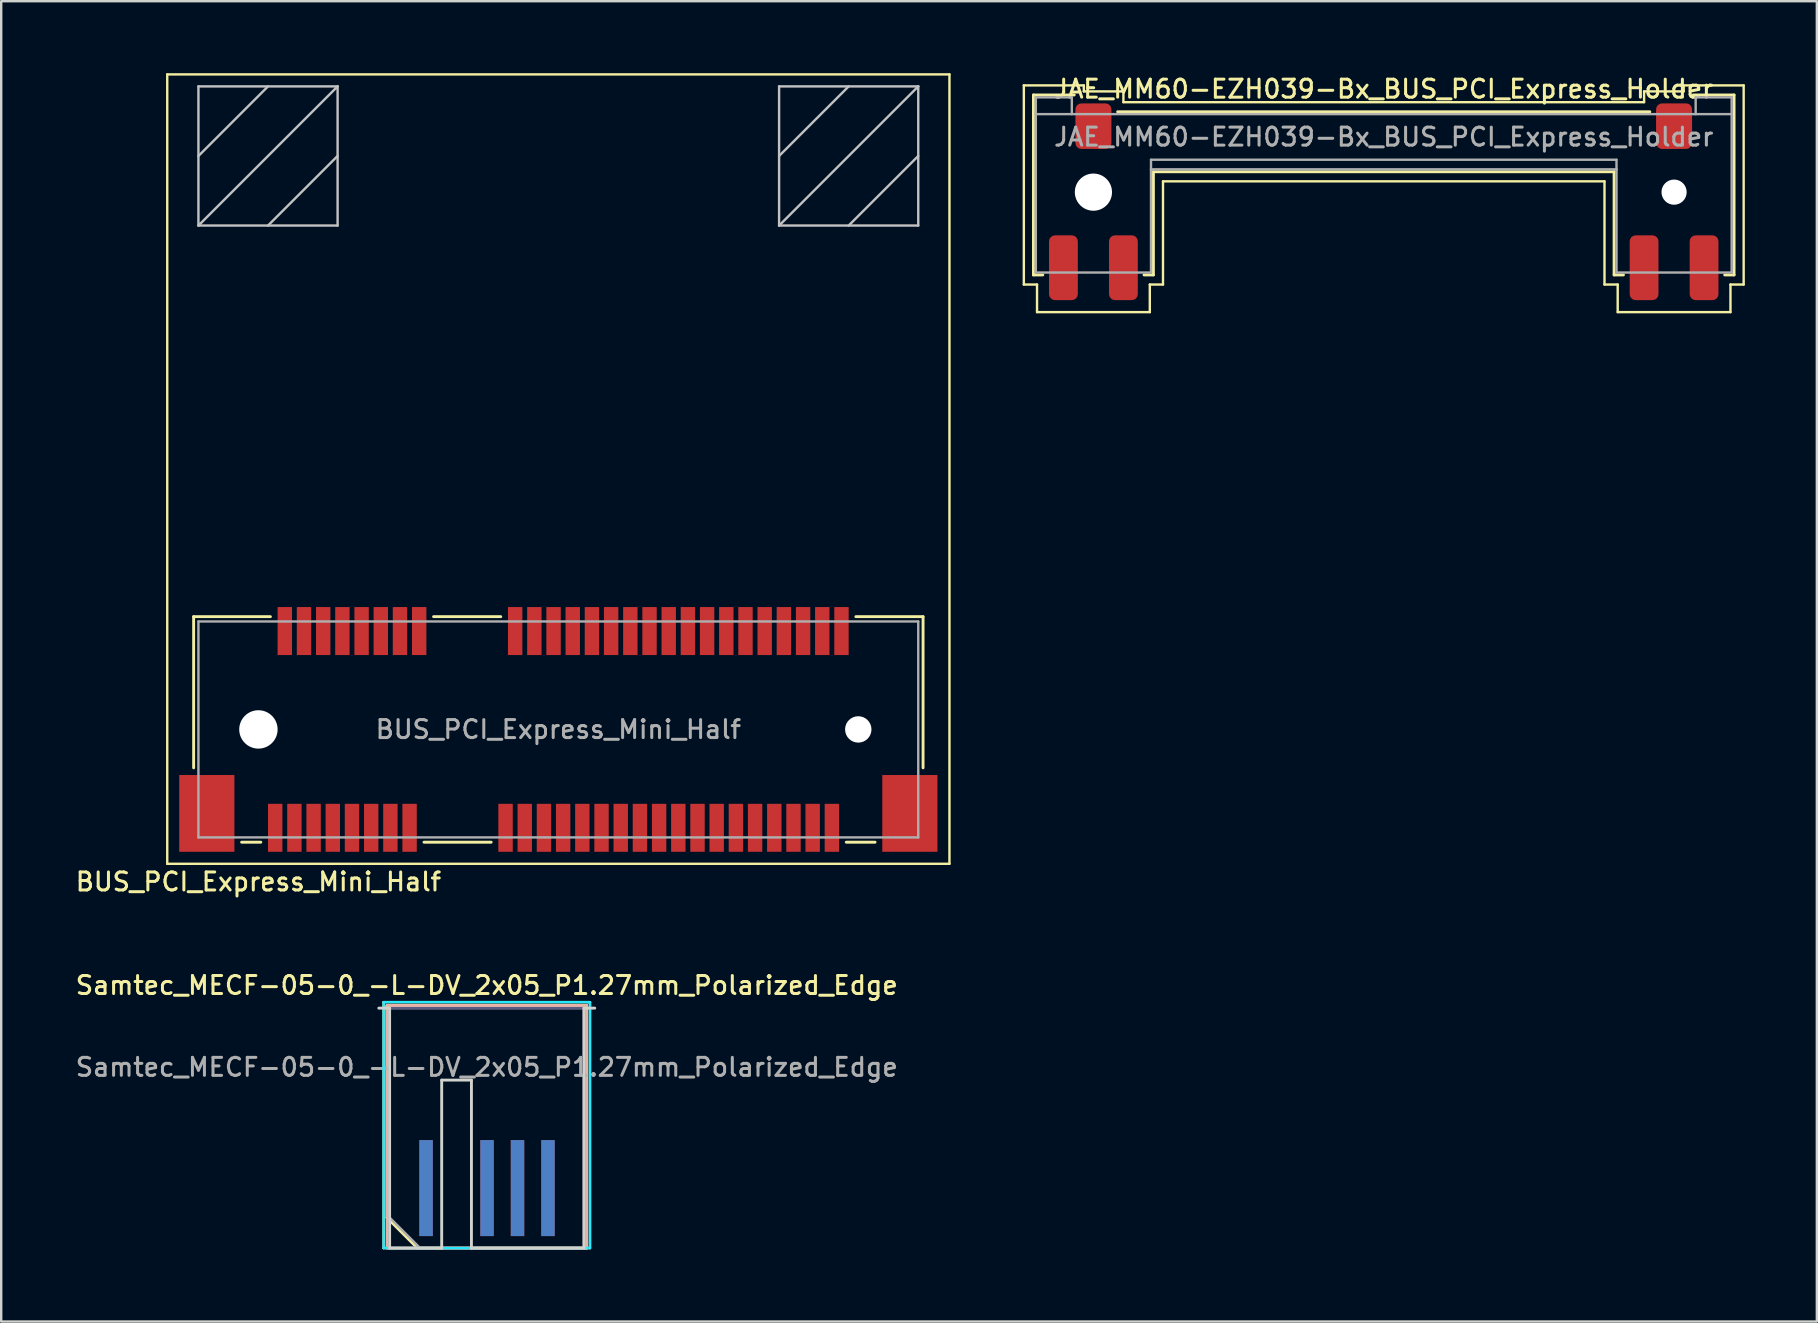
<source format=kicad_pcb>
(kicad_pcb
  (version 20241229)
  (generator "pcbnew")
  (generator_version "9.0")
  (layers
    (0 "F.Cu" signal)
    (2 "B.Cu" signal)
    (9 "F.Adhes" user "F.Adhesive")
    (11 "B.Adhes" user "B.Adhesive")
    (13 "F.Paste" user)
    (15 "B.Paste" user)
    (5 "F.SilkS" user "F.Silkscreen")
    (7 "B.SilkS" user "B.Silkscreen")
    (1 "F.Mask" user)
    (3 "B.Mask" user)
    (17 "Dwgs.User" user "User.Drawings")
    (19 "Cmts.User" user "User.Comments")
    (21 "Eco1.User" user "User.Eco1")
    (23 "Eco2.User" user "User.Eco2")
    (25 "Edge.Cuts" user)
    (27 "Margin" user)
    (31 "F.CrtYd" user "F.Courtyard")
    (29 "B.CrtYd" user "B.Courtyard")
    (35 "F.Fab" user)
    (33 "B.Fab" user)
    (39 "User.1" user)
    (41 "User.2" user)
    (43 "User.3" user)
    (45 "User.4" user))
  (footprint "BUS_PCI_Express_Mini_Half"
    (layer "F.Cu")
    (at 20.22 27.35)
    (property "Reference" "BUS_PCI_Express_Mini_Half" (at -12.5 6.35 180) (layer "F.SilkS") (effects (font (size 0.75 0.75) (thickness 0.125))))
    (attr smd)
    (fp_line (start -16.3 -27.3) (end 16.3 -27.3) (stroke (width 0.1) (type solid)) (layer "F.SilkS"))
    (fp_line (start -16.3 5.6) (end -16.3 -27.3) (stroke (width 0.1) (type solid)) (layer "F.SilkS"))
    (fp_line (start -15.2 -4.7) (end -15.2 1.6) (stroke (width 0.12) (type solid)) (layer "F.SilkS"))
    (fp_line (start -13.2 4.7) (end -12.4 4.7) (stroke (width 0.12) (type solid)) (layer "F.SilkS"))
    (fp_line (start -12 -4.7) (end -15.2 -4.7) (stroke (width 0.12) (type solid)) (layer "F.SilkS"))
    (fp_line (start -5.6 4.7) (end -2.8 4.7) (stroke (width 0.12) (type solid)) (layer "F.SilkS"))
    (fp_line (start -2.4 -4.7) (end -5.2 -4.7) (stroke (width 0.12) (type solid)) (layer "F.SilkS"))
    (fp_line (start 12 4.7) (end 13.2 4.7) (stroke (width 0.12) (type solid)) (layer "F.SilkS"))
    (fp_line (start 15.2 -4.7) (end 12.4 -4.7) (stroke (width 0.12) (type solid)) (layer "F.SilkS"))
    (fp_line (start 15.2 1.6) (end 15.2 -4.7) (stroke (width 0.12) (type solid)) (layer "F.SilkS"))
    (fp_line (start 16.3 -27.3) (end 16.3 5.6) (stroke (width 0.1) (type solid)) (layer "F.SilkS"))
    (fp_line (start 16.3 5.6) (end -16.3 5.6) (stroke (width 0.1) (type solid)) (layer "F.SilkS"))
    (fp_line (start -15 -26.8) (end -15 -21) (stroke (width 0.1) (type solid)) (layer "Dwgs.User"))
    (fp_line (start -15 -21) (end -9.2 -26.8) (stroke (width 0.1) (type solid)) (layer "Dwgs.User"))
    (fp_line (start -15 -21) (end -9.2 -21) (stroke (width 0.1) (type solid)) (layer "Dwgs.User"))
    (fp_line (start -12.1 -26.8) (end -15 -23.9) (stroke (width 0.1) (type solid)) (layer "Dwgs.User"))
    (fp_line (start -9.2 -26.8) (end -15 -26.8) (stroke (width 0.1) (type solid)) (layer "Dwgs.User"))
    (fp_line (start -9.2 -23.9) (end -12.1 -21) (stroke (width 0.1) (type solid)) (layer "Dwgs.User"))
    (fp_line (start -9.2 -21) (end -9.2 -26.8) (stroke (width 0.1) (type solid)) (layer "Dwgs.User"))
    (fp_line (start 9.2 -26.8) (end 15 -26.8) (stroke (width 0.1) (type solid)) (layer "Dwgs.User"))
    (fp_line (start 9.2 -21) (end 9.2 -26.8) (stroke (width 0.1) (type solid)) (layer "Dwgs.User"))
    (fp_line (start 12.1 -26.8) (end 9.2 -23.9) (stroke (width 0.1) (type solid)) (layer "Dwgs.User"))
    (fp_line (start 15 -26.8) (end 9.2 -21) (stroke (width 0.1) (type solid)) (layer "Dwgs.User"))
    (fp_line (start 15 -26.8) (end 15 -21) (stroke (width 0.1) (type solid)) (layer "Dwgs.User"))
    (fp_line (start 15 -23.9) (end 12.1 -21) (stroke (width 0.1) (type solid)) (layer "Dwgs.User"))
    (fp_line (start 15 -21) (end 9.2 -21) (stroke (width 0.1) (type solid)) (layer "Dwgs.User"))
    (fp_line (start -15 -4.5) (end -15 4.5) (stroke (width 0.1) (type solid)) (layer "F.Fab"))
    (fp_line (start -15 4.5) (end 15 4.5) (stroke (width 0.1) (type solid)) (layer "F.Fab"))
    (fp_line (start 15 -4.5) (end -15 -4.5) (stroke (width 0.1) (type solid)) (layer "F.Fab"))
    (fp_line (start 15 4.5) (end 15 -4.5) (stroke (width 0.1) (type solid)) (layer "F.Fab"))
    (fp_text user "${REFERENCE}" (at 0 0 0) (layer "F.Fab") (effects (font (size 0.75 0.75) (thickness 0.125))))
    (pad "" np_thru_hole circle (at -12.5 0) (size 1.6 1.6) (drill 1.6) (layers "*.Cu" "*.Mask"))
    (pad "" np_thru_hole circle (at 12.5 0) (size 1.1 1.1) (drill 1.1) (layers "*.Cu" "*.Mask"))
    (pad "1" smd rect (at -11.8 4.1) (size 0.6 2) (layers "F.Cu" "F.Mask" "F.Paste"))
    (pad "2" smd rect (at -11.4 -4.1) (size 0.6 2) (layers "F.Cu" "F.Mask" "F.Paste"))
    (pad "3" smd rect (at -11 4.1) (size 0.6 2) (layers "F.Cu" "F.Mask" "F.Paste"))
    (pad "4" smd rect (at -10.6 -4.1) (size 0.6 2) (layers "F.Cu" "F.Mask" "F.Paste"))
    (pad "5" smd rect (at -10.2 4.1) (size 0.6 2) (layers "F.Cu" "F.Mask" "F.Paste"))
    (pad "6" smd rect (at -9.8 -4.1) (size 0.6 2) (layers "F.Cu" "F.Mask" "F.Paste"))
    (pad "7" smd rect (at -9.4 4.1) (size 0.6 2) (layers "F.Cu" "F.Mask" "F.Paste"))
    (pad "8" smd rect (at -9 -4.1) (size 0.6 2) (layers "F.Cu" "F.Mask" "F.Paste"))
    (pad "9" smd rect (at -8.6 4.1) (size 0.6 2) (layers "F.Cu" "F.Mask" "F.Paste"))
    (pad "10" smd rect (at -8.2 -4.1) (size 0.6 2) (layers "F.Cu" "F.Mask" "F.Paste"))
    (pad "11" smd rect (at -7.8 4.1) (size 0.6 2) (layers "F.Cu" "F.Mask" "F.Paste"))
    (pad "12" smd rect (at -7.4 -4.1) (size 0.6 2) (layers "F.Cu" "F.Mask" "F.Paste"))
    (pad "13" smd rect (at -7 4.1) (size 0.6 2) (layers "F.Cu" "F.Mask" "F.Paste"))
    (pad "14" smd rect (at -6.6 -4.1) (size 0.6 2) (layers "F.Cu" "F.Mask" "F.Paste"))
    (pad "15" smd rect (at -6.2 4.1) (size 0.6 2) (layers "F.Cu" "F.Mask" "F.Paste"))
    (pad "16" smd rect (at -5.8 -4.1) (size 0.6 2) (layers "F.Cu" "F.Mask" "F.Paste"))
    (pad "17" smd rect (at -2.2 4.1) (size 0.6 2) (layers "F.Cu" "F.Mask" "F.Paste"))
    (pad "18" smd rect (at -1.8 -4.1) (size 0.6 2) (layers "F.Cu" "F.Mask" "F.Paste"))
    (pad "19" smd rect (at -1.4 4.1) (size 0.6 2) (layers "F.Cu" "F.Mask" "F.Paste"))
    (pad "20" smd rect (at -1 -4.1) (size 0.6 2) (layers "F.Cu" "F.Mask" "F.Paste"))
    (pad "21" smd rect (at -0.6 4.1) (size 0.6 2) (layers "F.Cu" "F.Mask" "F.Paste"))
    (pad "22" smd rect (at -0.2 -4.1) (size 0.6 2) (layers "F.Cu" "F.Mask" "F.Paste"))
    (pad "23" smd rect (at 0.2 4.1) (size 0.6 2) (layers "F.Cu" "F.Mask" "F.Paste"))
    (pad "24" smd rect (at 0.6 -4.1) (size 0.6 2) (layers "F.Cu" "F.Mask" "F.Paste"))
    (pad "25" smd rect (at 1 4.1) (size 0.6 2) (layers "F.Cu" "F.Mask" "F.Paste"))
    (pad "26" smd rect (at 1.4 -4.1) (size 0.6 2) (layers "F.Cu" "F.Mask" "F.Paste"))
    (pad "27" smd rect (at 1.8 4.1) (size 0.6 2) (layers "F.Cu" "F.Mask" "F.Paste"))
    (pad "28" smd rect (at 2.2 -4.1) (size 0.6 2) (layers "F.Cu" "F.Mask" "F.Paste"))
    (pad "29" smd rect (at 2.6 4.1) (size 0.6 2) (layers "F.Cu" "F.Mask" "F.Paste"))
    (pad "30" smd rect (at 3 -4.1) (size 0.6 2) (layers "F.Cu" "F.Mask" "F.Paste"))
    (pad "31" smd rect (at 3.4 4.1) (size 0.6 2) (layers "F.Cu" "F.Mask" "F.Paste"))
    (pad "32" smd rect (at 3.8 -4.1) (size 0.6 2) (layers "F.Cu" "F.Mask" "F.Paste"))
    (pad "33" smd rect (at 4.2 4.1) (size 0.6 2) (layers "F.Cu" "F.Mask" "F.Paste"))
    (pad "34" smd rect (at 4.6 -4.1) (size 0.6 2) (layers "F.Cu" "F.Mask" "F.Paste"))
    (pad "35" smd rect (at 5 4.1) (size 0.6 2) (layers "F.Cu" "F.Mask" "F.Paste"))
    (pad "36" smd rect (at 5.4 -4.1) (size 0.6 2) (layers "F.Cu" "F.Mask" "F.Paste"))
    (pad "37" smd rect (at 5.8 4.1) (size 0.6 2) (layers "F.Cu" "F.Mask" "F.Paste"))
    (pad "38" smd rect (at 6.2 -4.1) (size 0.6 2) (layers "F.Cu" "F.Mask" "F.Paste"))
    (pad "39" smd rect (at 6.6 4.1) (size 0.6 2) (layers "F.Cu" "F.Mask" "F.Paste"))
    (pad "40" smd rect (at 7 -4.1) (size 0.6 2) (layers "F.Cu" "F.Mask" "F.Paste"))
    (pad "41" smd rect (at 7.4 4.1) (size 0.6 2) (layers "F.Cu" "F.Mask" "F.Paste"))
    (pad "42" smd rect (at 7.8 -4.1) (size 0.6 2) (layers "F.Cu" "F.Mask" "F.Paste"))
    (pad "43" smd rect (at 8.2 4.1) (size 0.6 2) (layers "F.Cu" "F.Mask" "F.Paste"))
    (pad "44" smd rect (at 8.6 -4.1) (size 0.6 2) (layers "F.Cu" "F.Mask" "F.Paste"))
    (pad "45" smd rect (at 9 4.1) (size 0.6 2) (layers "F.Cu" "F.Mask" "F.Paste"))
    (pad "46" smd rect (at 9.4 -4.1) (size 0.6 2) (layers "F.Cu" "F.Mask" "F.Paste"))
    (pad "47" smd rect (at 9.8 4.1) (size 0.6 2) (layers "F.Cu" "F.Mask" "F.Paste"))
    (pad "48" smd rect (at 10.2 -4.1) (size 0.6 2) (layers "F.Cu" "F.Mask" "F.Paste"))
    (pad "49" smd rect (at 10.6 4.1) (size 0.6 2) (layers "F.Cu" "F.Mask" "F.Paste"))
    (pad "50" smd rect (at 11 -4.1) (size 0.6 2) (layers "F.Cu" "F.Mask" "F.Paste"))
    (pad "51" smd rect (at 11.4 4.1) (size 0.6 2) (layers "F.Cu" "F.Mask" "F.Paste"))
    (pad "52" smd rect (at 11.8 -4.1) (size 0.6 2) (layers "F.Cu" "F.Mask" "F.Paste"))
    (pad "MP" smd rect (at -14.65 3.5) (size 2.3 3.2) (layers "F.Cu" "F.Mask" "F.Paste"))
    (pad "MP" smd rect (at 14.65 3.5) (size 2.3 3.2) (layers "F.Cu" "F.Mask" "F.Paste")))
  (footprint "Samtec_MECF-05-0_-L-DV_2x05_P1.27mm_Polarized_Edge"
    (layer "F.Cu")
    (at 17.238 43.966)
    (property "Reference" "Samtec_MECF-05-0_-L-DV_2x05_P1.27mm_Polarized_Edge" (at 0 -5.95 0) (layer "F.SilkS") (effects (font (size 0.75 0.75) (thickness 0.125))))
    (attr exclude_from_pos_files exclude_from_bom)
    (fp_line (start -4.3 -5.25) (end -4.3 5) (stroke (width 0.1) (type solid)) (layer "F.SilkS"))
    (fp_line (start -4.3 5) (end 4.3 5) (stroke (width 0.1) (type solid)) (layer "F.SilkS"))
    (fp_line (start -4.16 -5.11) (end 4.16 -5.11) (stroke (width 0.12) (type solid)) (layer "F.SilkS"))
    (fp_line (start -4.16 3.73) (end -4.16 -5.11) (stroke (width 0.12) (type solid)) (layer "F.SilkS"))
    (fp_line (start -2.89 5) (end -4.16 3.73) (stroke (width 0.12) (type solid)) (layer "F.SilkS"))
    (fp_line (start -2.89 5) (end 4.16 5) (stroke (width 0.12) (type solid)) (layer "F.SilkS"))
    (fp_line (start 4.16 5) (end 4.16 -5.11) (stroke (width 0.12) (type solid)) (layer "F.SilkS"))
    (fp_line (start 4.3 -5.25) (end -4.3 -5.25) (stroke (width 0.1) (type solid)) (layer "F.SilkS"))
    (fp_line (start 4.3 5) (end 4.3 -5.25) (stroke (width 0.1) (type solid)) (layer "F.SilkS"))
    (fp_line (start -4.16 -5.11) (end 4.16 -5.11) (stroke (width 0.12) (type solid)) (layer "B.SilkS"))
    (fp_line (start -4.16 5) (end -4.16 -5.11) (stroke (width 0.12) (type solid)) (layer "B.SilkS"))
    (fp_line (start -4.16 5) (end 4.16 5) (stroke (width 0.12) (type solid)) (layer "B.SilkS"))
    (fp_line (start 4.16 5) (end 4.16 -5.11) (stroke (width 0.12) (type solid)) (layer "B.SilkS"))
    (fp_line (start -4.5 -5) (end -4.05 -5) (stroke (width 0.12) (type solid)) (layer "Edge.Cuts"))
    (fp_line (start -4.05 5) (end -4.05 -5) (stroke (width 0.12) (type solid)) (layer "Edge.Cuts"))
    (fp_line (start -4.05 5) (end -1.88 5) (stroke (width 0.12) (type solid)) (layer "Edge.Cuts"))
    (fp_line (start -1.88 -2) (end -0.64 -2) (stroke (width 0.12) (type solid)) (layer "Edge.Cuts"))
    (fp_line (start -1.88 5) (end -1.88 -2) (stroke (width 0.12) (type solid)) (layer "Edge.Cuts"))
    (fp_line (start -0.64 5) (end -0.64 -2) (stroke (width 0.12) (type solid)) (layer "Edge.Cuts"))
    (fp_line (start -0.64 5) (end 4.05 5) (stroke (width 0.12) (type solid)) (layer "Edge.Cuts"))
    (fp_line (start 4.05 5) (end 4.05 -5) (stroke (width 0.12) (type solid)) (layer "Edge.Cuts"))
    (fp_line (start 4.5 -5) (end 4.05 -5) (stroke (width 0.12) (type solid)) (layer "Edge.Cuts"))
    (fp_line (start -4.3 -5.25) (end -4.3 5) (stroke (width 0.1) (type solid)) (layer "B.CrtYd"))
    (fp_line (start -4.3 5) (end 4.3 5) (stroke (width 0.1) (type solid)) (layer "B.CrtYd"))
    (fp_line (start 4.3 -5.25) (end -4.3 -5.25) (stroke (width 0.1) (type solid)) (layer "B.CrtYd"))
    (fp_line (start 4.3 5) (end 4.3 -5.25) (stroke (width 0.1) (type solid)) (layer "B.CrtYd"))
    (fp_line (start -4.05 -5) (end 4.05 -5) (stroke (width 0.1) (type solid)) (layer "B.Fab"))
    (fp_line (start -4.05 5) (end -4.05 -5) (stroke (width 0.1) (type solid)) (layer "B.Fab"))
    (fp_line (start -4.05 5) (end 4.05 5) (stroke (width 0.1) (type solid)) (layer "B.Fab"))
    (fp_line (start 4.05 5) (end 4.05 -5) (stroke (width 0.1) (type solid)) (layer "B.Fab"))
    (fp_line (start -4.05 -5) (end 4.05 -5) (stroke (width 0.1) (type solid)) (layer "F.Fab"))
    (fp_line (start -4.05 3.73) (end -4.05 -5) (stroke (width 0.1) (type solid)) (layer "F.Fab"))
    (fp_line (start -4.05 3.73) (end -2.78 5) (stroke (width 0.1) (type solid)) (layer "F.Fab"))
    (fp_line (start -2.78 5) (end 4.05 5) (stroke (width 0.1) (type solid)) (layer "F.Fab"))
    (fp_line (start 4.05 5) (end 4.05 -5) (stroke (width 0.1) (type solid)) (layer "F.Fab"))
    (fp_text user "${REFERENCE}" (at 0 -2.54 0) (layer "F.Fab") (effects (font (size 0.75 0.75) (thickness 0.125))))
    (pad "1" connect rect (at -2.53 2.5) (size 0.56 4) (layers "F.Cu" "F.Mask"))
    (pad "2" connect rect (at -2.53 2.5) (size 0.56 4) (layers "B.Cu" "B.Mask"))
    (pad "5" connect rect (at 0.01 2.5) (size 0.56 4) (layers "F.Cu" "F.Mask"))
    (pad "6" connect rect (at 0.01 2.5) (size 0.56 4) (layers "B.Cu" "B.Mask"))
    (pad "7" connect rect (at 1.28 2.5) (size 0.56 4) (layers "F.Cu" "F.Mask"))
    (pad "8" connect rect (at 1.28 2.5) (size 0.56 4) (layers "B.Cu" "B.Mask"))
    (pad "9" connect rect (at 2.55 2.5) (size 0.56 4) (layers "F.Cu" "F.Mask"))
    (pad "10" connect rect (at 2.55 2.5) (size 0.56 4) (layers "B.Cu" "B.Mask")))
  (footprint "JAE_MM60-EZH039-Bx_BUS_PCI_Express_Holder"
    (layer "F.Cu")
    (at 54.62 2.658)
    (property "Reference" "JAE_MM60-EZH039-Bx_BUS_PCI_Express_Holder" (at 0 -2 0) (layer "F.SilkS") (effects (font (size 0.75 0.75) (thickness 0.125))))
    (attr smd)
    (fp_line (start -15 -2.15) (end -15 6.15) (stroke (width 0.1) (type default)) (layer "F.SilkS"))
    (fp_line (start -15 -2.15) (end -12.5 -2.15) (stroke (width 0.1) (type default)) (layer "F.SilkS"))
    (fp_line (start -15 6.15) (end -14.45 6.15) (stroke (width 0.1) (type default)) (layer "F.SilkS"))
    (fp_line (start -14.6 -1.75) (end -12.9 -1.75) (stroke (width 0.12) (type solid)) (layer "F.SilkS"))
    (fp_line (start -14.6 5.75) (end -14.6 -1.75) (stroke (width 0.12) (type solid)) (layer "F.SilkS"))
    (fp_line (start -14.6 5.75) (end -14.21 5.75) (stroke (width 0.12) (type solid)) (layer "F.SilkS"))
    (fp_line (start -14.45 6.15) (end -14.45 7.3) (stroke (width 0.1) (type default)) (layer "F.SilkS"))
    (fp_line (start -14.45 7.3) (end -9.75 7.3) (stroke (width 0.1) (type default)) (layer "F.SilkS"))
    (fp_line (start -12.5 -2.15) (end -12.5 -1.9) (stroke (width 0.1) (type default)) (layer "F.SilkS"))
    (fp_line (start -12.5 -1.9) (end -10.85 -1.9) (stroke (width 0.1) (type default)) (layer "F.SilkS"))
    (fp_line (start -11.09 -1.05) (end 11.09 -1.05) (stroke (width 0.12) (type solid)) (layer "F.SilkS"))
    (fp_line (start -10.85 -1.9) (end -10.85 -1.45) (stroke (width 0.1) (type default)) (layer "F.SilkS"))
    (fp_line (start -9.99 5.75) (end -9.6 5.75) (stroke (width 0.12) (type solid)) (layer "F.SilkS"))
    (fp_line (start -9.75 6.15) (end -9.2 6.15) (stroke (width 0.1) (type default)) (layer "F.SilkS"))
    (fp_line (start -9.75 7.3) (end -9.75 6.15) (stroke (width 0.1) (type default)) (layer "F.SilkS"))
    (fp_line (start -9.6 1.45) (end 9.6 1.45) (stroke (width 0.12) (type solid)) (layer "F.SilkS"))
    (fp_line (start -9.6 5.75) (end -9.6 1.45) (stroke (width 0.12) (type solid)) (layer "F.SilkS"))
    (fp_line (start -9.2 1.85) (end 9.2 1.85) (stroke (width 0.1) (type default)) (layer "F.SilkS"))
    (fp_line (start -9.2 6.15) (end -9.2 1.85) (stroke (width 0.1) (type default)) (layer "F.SilkS"))
    (fp_line (start 9.2 6.15) (end 9.2 1.85) (stroke (width 0.1) (type default)) (layer "F.SilkS"))
    (fp_line (start 9.6 5.75) (end 9.6 1.45) (stroke (width 0.12) (type solid)) (layer "F.SilkS"))
    (fp_line (start 9.75 6.15) (end 9.2 6.15) (stroke (width 0.1) (type default)) (layer "F.SilkS"))
    (fp_line (start 9.75 7.3) (end 9.75 6.15) (stroke (width 0.1) (type default)) (layer "F.SilkS"))
    (fp_line (start 9.99 5.75) (end 9.6 5.75) (stroke (width 0.12) (type solid)) (layer "F.SilkS"))
    (fp_line (start 10.85 -1.9) (end 10.85 -1.45) (stroke (width 0.1) (type default)) (layer "F.SilkS"))
    (fp_line (start 10.85 -1.45) (end -10.85 -1.45) (stroke (width 0.1) (type default)) (layer "F.SilkS"))
    (fp_line (start 12.5 -2.15) (end 12.5 -1.9) (stroke (width 0.1) (type default)) (layer "F.SilkS"))
    (fp_line (start 12.5 -1.9) (end 10.85 -1.9) (stroke (width 0.1) (type default)) (layer "F.SilkS"))
    (fp_line (start 14.21 5.75) (end 14.6 5.75) (stroke (width 0.12) (type solid)) (layer "F.SilkS"))
    (fp_line (start 14.45 6.15) (end 14.45 7.3) (stroke (width 0.1) (type default)) (layer "F.SilkS"))
    (fp_line (start 14.45 7.3) (end 9.75 7.3) (stroke (width 0.1) (type default)) (layer "F.SilkS"))
    (fp_line (start 14.6 -1.75) (end 12.9 -1.75) (stroke (width 0.12) (type solid)) (layer "F.SilkS"))
    (fp_line (start 14.6 5.75) (end 14.6 -1.75) (stroke (width 0.12) (type solid)) (layer "F.SilkS"))
    (fp_line (start 15 -2.15) (end 12.5 -2.15) (stroke (width 0.1) (type default)) (layer "F.SilkS"))
    (fp_line (start 15 -2.15) (end 15 6.15) (stroke (width 0.1) (type default)) (layer "F.SilkS"))
    (fp_line (start 15 6.15) (end 14.45 6.15) (stroke (width 0.1) (type default)) (layer "F.SilkS"))
    (fp_line (start -14.5 -1.65) (end -13 -1.65) (stroke (width 0.1) (type default)) (layer "F.Fab"))
    (fp_line (start -14.5 -0.95) (end 14.5 -0.95) (stroke (width 0.1) (type solid)) (layer "F.Fab"))
    (fp_line (start -14.5 5.65) (end -14.5 -1.65) (stroke (width 0.1) (type solid)) (layer "F.Fab"))
    (fp_line (start -13 -1.65) (end -13 -0.95) (stroke (width 0.1) (type default)) (layer "F.Fab"))
    (fp_line (start -9.7 0.95) (end 9.7 0.95) (stroke (width 0.1) (type default)) (layer "F.Fab"))
    (fp_line (start -9.7 1.35) (end -9.7 0.95) (stroke (width 0.1) (type default)) (layer "F.Fab"))
    (fp_line (start -9.7 1.35) (end -9.7 5.65) (stroke (width 0.1) (type solid)) (layer "F.Fab"))
    (fp_line (start -9.7 1.35) (end 9.7 1.35) (stroke (width 0.1) (type default)) (layer "F.Fab"))
    (fp_line (start -9.7 5.65) (end -14.5 5.65) (stroke (width 0.1) (type solid)) (layer "F.Fab"))
    (fp_line (start 9.7 1.35) (end 9.7 0.95) (stroke (width 0.1) (type default)) (layer "F.Fab"))
    (fp_line (start 9.7 1.35) (end 9.7 5.65) (stroke (width 0.1) (type solid)) (layer "F.Fab"))
    (fp_line (start 13 -1.65) (end 13 -0.95) (stroke (width 0.1) (type default)) (layer "F.Fab"))
    (fp_line (start 14.5 -1.65) (end 13 -1.65) (stroke (width 0.1) (type default)) (layer "F.Fab"))
    (fp_line (start 14.5 -1.65) (end 14.5 5.65) (stroke (width 0.1) (type solid)) (layer "F.Fab"))
    (fp_line (start 14.5 5.65) (end 9.7 5.65) (stroke (width 0.1) (type solid)) (layer "F.Fab"))
    (fp_text user "${REFERENCE}" (at 0 0 0) (layer "F.Fab") (effects (font (size 0.75 0.75) (thickness 0.125))))
    (pad "" np_thru_hole circle (at -12.1 2.3) (size 1.55 1.55) (drill 1.55) (layers "*.Cu" "*.Mask"))
    (pad "" np_thru_hole circle (at 12.1 2.3) (size 1.05 1.05) (drill 1.05) (layers "*.Cu" "*.Mask"))
    (pad "MP" smd roundrect (at -13.35 5.45) (size 1.2 2.7) (layers "F.Cu" "F.Mask" "F.Paste") (roundrect_rratio 0.208))
    (pad "MP" smd roundrect (at -12.1 -0.45) (size 1.5 1.9) (layers "F.Cu" "F.Mask" "F.Paste") (roundrect_rratio 0.167))
    (pad "MP" smd roundrect (at -10.85 5.45) (size 1.2 2.7) (layers "F.Cu" "F.Mask" "F.Paste") (roundrect_rratio 0.208))
    (pad "MP" smd roundrect (at 10.85 5.45) (size 1.2 2.7) (layers "F.Cu" "F.Mask" "F.Paste") (roundrect_rratio 0.208))
    (pad "MP" smd roundrect (at 12.1 -0.45) (size 1.5 1.9) (layers "F.Cu" "F.Mask" "F.Paste") (roundrect_rratio 0.167))
    (pad "MP" smd roundrect (at 13.35 5.45) (size 1.2 2.7) (layers "F.Cu" "F.Mask" "F.Paste") (roundrect_rratio 0.208)))
  (gr_rect
    (start -3 -3)
    (end 72.67 52.026)
    (stroke (width 0.1) (type default))
    (fill no)
    (layer "Edge.Cuts")))
</source>
